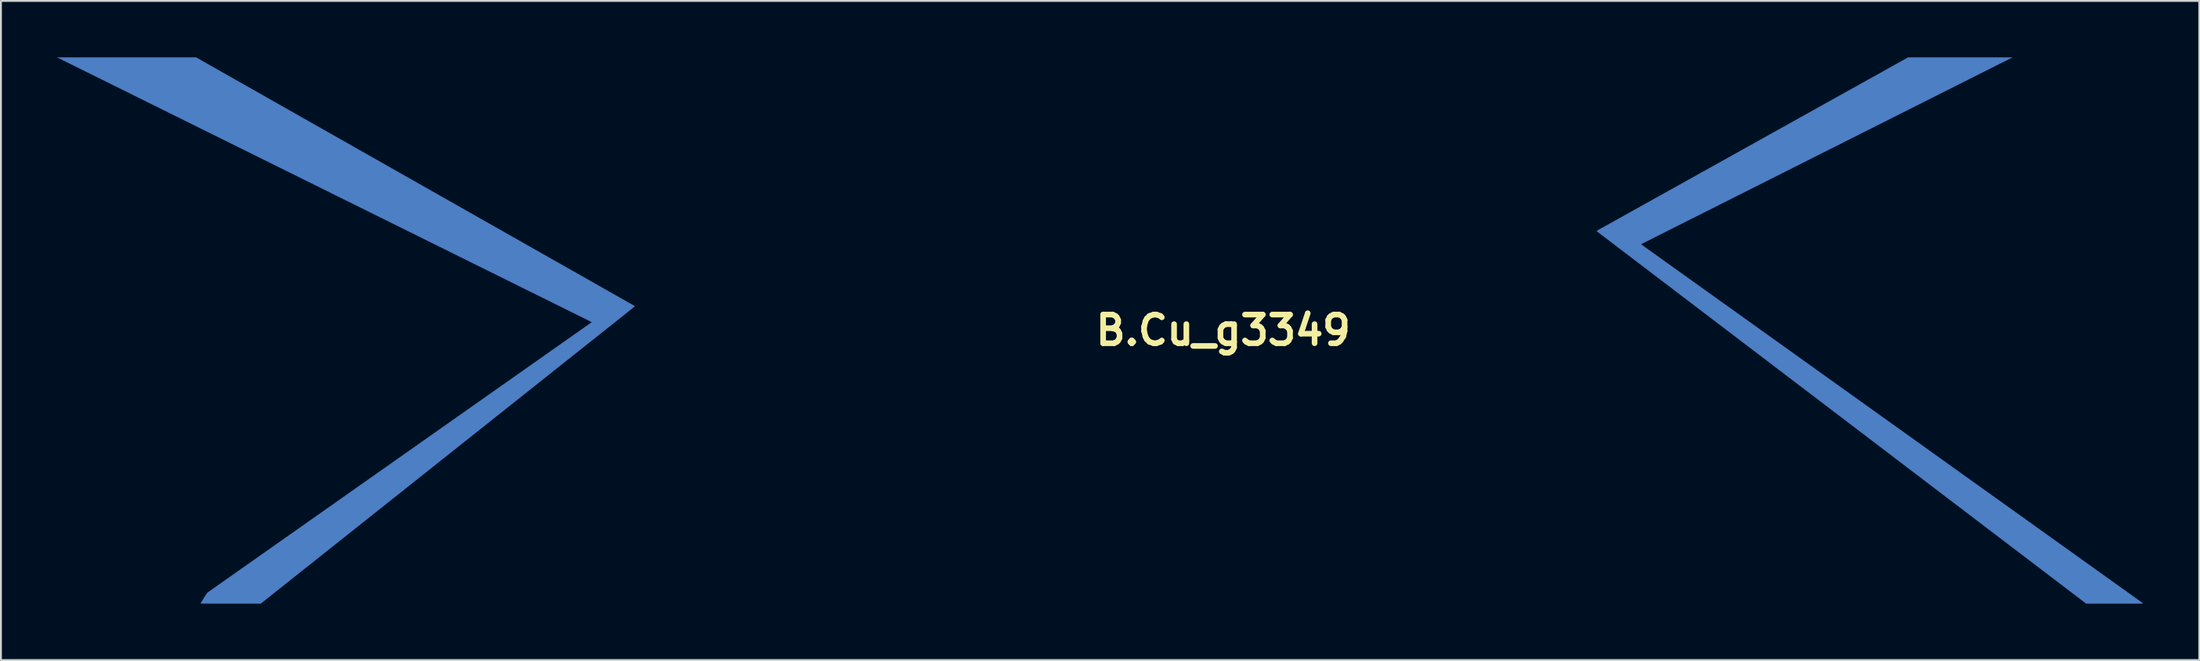
<source format=kicad_pcb>
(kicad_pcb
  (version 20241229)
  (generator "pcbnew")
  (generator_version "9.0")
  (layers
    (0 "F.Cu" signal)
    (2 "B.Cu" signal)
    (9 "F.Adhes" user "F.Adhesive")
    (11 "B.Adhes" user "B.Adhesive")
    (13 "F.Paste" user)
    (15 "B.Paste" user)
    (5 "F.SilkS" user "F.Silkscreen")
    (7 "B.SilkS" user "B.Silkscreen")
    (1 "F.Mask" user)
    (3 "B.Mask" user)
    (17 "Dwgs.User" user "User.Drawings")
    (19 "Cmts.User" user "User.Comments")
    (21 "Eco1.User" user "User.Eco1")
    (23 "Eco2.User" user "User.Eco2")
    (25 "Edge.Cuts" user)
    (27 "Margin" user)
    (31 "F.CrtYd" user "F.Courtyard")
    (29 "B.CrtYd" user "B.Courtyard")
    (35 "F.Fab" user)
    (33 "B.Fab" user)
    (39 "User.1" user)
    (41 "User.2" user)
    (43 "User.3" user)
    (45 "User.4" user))
  (footprint "B.Cu_g3349"
    (layer "F.Cu")
    (at 62.025 14.521)
    (property "Reference" "B.Cu_g3349" (at 0 0 0) (layer "F.SilkS") (effects (font (size 1.524 1.524) (thickness 0.3))))
    (attr through_hole)
    (fp_poly (pts (xy -54.401 -14.378) (xy -54.31 -14.326) (xy -54.206 -14.267) (xy -54.098 -14.206) (xy -53.997 -14.148) (xy -53.924 -14.107) (xy -53.746 -14.006) (xy -53.559 -13.9) (xy -53.37 -13.793) (xy -53.184 -13.688) (xy -53.007 -13.587) (xy -52.845 -13.496) (xy -52.819 -13.481) (xy -52.725 -13.427) (xy -52.621 -13.368) (xy -52.515 -13.308) (xy -52.414 -13.251) (xy -52.326 -13.201) (xy -52.311 -13.193) (xy -52.133 -13.092) (xy -51.947 -12.986) (xy -51.757 -12.879) (xy -51.571 -12.773) (xy -51.394 -12.673) (xy -51.232 -12.581) (xy -51.206 -12.566) (xy -51.112 -12.513) (xy -51.008 -12.454) (xy -50.902 -12.394) (xy -50.801 -12.337) (xy -50.713 -12.287) (xy -50.698 -12.278) (xy -50.52 -12.178) (xy -50.334 -12.072) (xy -50.144 -11.964) (xy -49.958 -11.859) (xy -49.781 -11.758) (xy -49.619 -11.667) (xy -49.593 -11.652) (xy -49.499 -11.599) (xy -49.395 -11.54) (xy -49.289 -11.479) (xy -49.188 -11.422) (xy -49.101 -11.373) (xy -49.086 -11.364) (xy -48.907 -11.263) (xy -48.721 -11.157) (xy -48.531 -11.05) (xy -48.345 -10.944) (xy -48.168 -10.844) (xy -48.006 -10.752) (xy -47.981 -10.738) (xy -47.886 -10.684) (xy -47.782 -10.625) (xy -47.676 -10.565) (xy -47.575 -10.508) (xy -47.488 -10.458) (xy -47.473 -10.45) (xy -47.295 -10.349) (xy -47.108 -10.243) (xy -46.918 -10.136) (xy -46.732 -10.03) (xy -46.555 -9.93) (xy -46.393 -9.838) (xy -46.368 -9.823) (xy -46.274 -9.77) (xy -46.17 -9.711) (xy -46.063 -9.651) (xy -45.963 -9.593) (xy -45.875 -9.544) (xy -45.86 -9.535) (xy -45.682 -9.434) (xy -45.495 -9.329) (xy -45.305 -9.221) (xy -45.119 -9.116) (xy -44.942 -9.015) (xy -44.781 -8.923) (xy -44.755 -8.909) (xy -44.661 -8.855) (xy -44.557 -8.796) (xy -44.45 -8.736) (xy -44.35 -8.679) (xy -44.262 -8.629) (xy -44.247 -8.621) (xy -44.069 -8.52) (xy -43.882 -8.414) (xy -43.693 -8.307) (xy -43.506 -8.201) (xy -43.329 -8.101) (xy -43.168 -8.009) (xy -43.142 -7.994) (xy -43.048 -7.941) (xy -42.944 -7.882) (xy -42.838 -7.822) (xy -42.737 -7.765) (xy -42.649 -7.715) (xy -42.634 -7.706) (xy -42.456 -7.606) (xy -42.269 -7.5) (xy -42.08 -7.392) (xy -41.894 -7.287) (xy -41.717 -7.186) (xy -41.555 -7.095) (xy -41.529 -7.08) (xy -41.435 -7.027) (xy -41.331 -6.968) (xy -41.225 -6.907) (xy -41.124 -6.85) (xy -41.036 -6.801) (xy -41.021 -6.792) (xy -40.843 -6.691) (xy -40.656 -6.585) (xy -40.467 -6.478) (xy -40.281 -6.372) (xy -40.104 -6.272) (xy -39.942 -6.18) (xy -39.916 -6.166) (xy -39.822 -6.112) (xy -39.718 -6.053) (xy -39.612 -5.993) (xy -39.511 -5.936) (xy -39.423 -5.886) (xy -39.408 -5.878) (xy -39.23 -5.777) (xy -39.043 -5.671) (xy -38.854 -5.564) (xy -38.668 -5.458) (xy -38.491 -5.358) (xy -38.329 -5.266) (xy -38.303 -5.251) (xy -38.209 -5.198) (xy -38.105 -5.139) (xy -37.999 -5.079) (xy -37.898 -5.021) (xy -37.81 -4.972) (xy -37.795 -4.963) (xy -37.617 -4.862) (xy -37.43 -4.757) (xy -37.241 -4.649) (xy -37.055 -4.544) (xy -36.878 -4.443) (xy -36.716 -4.351) (xy -36.69 -4.337) (xy -36.596 -4.283) (xy -36.492 -4.224) (xy -36.386 -4.164) (xy -36.285 -4.107) (xy -36.197 -4.057) (xy -36.182 -4.049) (xy -36.004 -3.948) (xy -35.818 -3.842) (xy -35.628 -3.735) (xy -35.442 -3.629) (xy -35.265 -3.529) (xy -35.103 -3.437) (xy -35.077 -3.422) (xy -34.983 -3.369) (xy -34.879 -3.31) (xy -34.773 -3.25) (xy -34.672 -3.193) (xy -34.584 -3.143) (xy -34.569 -3.134) (xy -34.391 -3.034) (xy -34.205 -2.928) (xy -34.015 -2.82) (xy -33.829 -2.715) (xy -33.652 -2.614) (xy -33.49 -2.523) (xy -33.465 -2.508) (xy -33.37 -2.455) (xy -33.266 -2.396) (xy -33.16 -2.335) (xy -33.059 -2.278) (xy -32.972 -2.229) (xy -32.956 -2.22) (xy -32.768 -2.114) (xy -32.564 -1.998) (xy -32.35 -1.876) (xy -32.131 -1.752) (xy -31.913 -1.628) (xy -31.814 -1.572) (xy -31.726 -1.522) (xy -31.642 -1.475) (xy -31.563 -1.43) (xy -31.496 -1.392) (xy -31.442 -1.362) (xy -31.407 -1.342) (xy -31.404 -1.341) (xy -31.362 -1.317) (xy -31.33 -1.296) (xy -31.313 -1.284) (xy -31.312 -1.282) (xy -31.313 -1.278) (xy -31.322 -1.268) (xy -31.338 -1.252) (xy -31.364 -1.229) (xy -31.4 -1.199) (xy -31.448 -1.16) (xy -31.509 -1.11) (xy -31.583 -1.051) (xy -31.672 -0.979) (xy -31.777 -0.895) (xy -31.899 -0.798) (xy -32.04 -0.686) (xy -32.106 -0.634) (xy -32.162 -0.589) (xy -32.235 -0.531) (xy -32.318 -0.465) (xy -32.41 -0.392) (xy -32.504 -0.317) (xy -32.596 -0.244) (xy -32.633 -0.215) (xy -32.727 -0.14) (xy -32.828 -0.06) (xy -32.93 0.021) (xy -33.028 0.099) (xy -33.117 0.17) (xy -33.192 0.23) (xy -33.211 0.244) (xy -33.272 0.293) (xy -33.351 0.355) (xy -33.442 0.428) (xy -33.542 0.507) (xy -33.647 0.591) (xy -33.754 0.676) (xy -33.86 0.76) (xy -33.898 0.79) (xy -34.011 0.88) (xy -34.138 0.981) (xy -34.275 1.09) (xy -34.416 1.202) (xy -34.556 1.313) (xy -34.689 1.419) (xy -34.81 1.515) (xy -34.83 1.53) (xy -34.948 1.624) (xy -35.079 1.728) (xy -35.217 1.838) (xy -35.357 1.949) (xy -35.494 2.058) (xy -35.623 2.16) (xy -35.738 2.252) (xy -35.757 2.267) (xy -35.977 2.442) (xy -36.179 2.602) (xy -36.363 2.748) (xy -36.529 2.881) (xy -36.68 3.001) (xy -36.816 3.109) (xy -36.938 3.206) (xy -37.047 3.292) (xy -37.122 3.352) (xy -37.206 3.418) (xy -37.303 3.495) (xy -37.406 3.578) (xy -37.509 3.659) (xy -37.605 3.735) (xy -37.643 3.766) (xy -37.728 3.833) (xy -37.819 3.905) (xy -37.91 3.978) (xy -37.995 4.045) (xy -38.069 4.104) (xy -38.106 4.134) (xy -38.172 4.186) (xy -38.251 4.249) (xy -38.339 4.319) (xy -38.431 4.392) (xy -38.52 4.462) (xy -38.57 4.502) (xy -38.655 4.57) (xy -38.746 4.642) (xy -38.837 4.714) (xy -38.922 4.782) (xy -38.997 4.841) (xy -39.033 4.87) (xy -39.099 4.922) (xy -39.178 4.985) (xy -39.266 5.055) (xy -39.358 5.128) (xy -39.447 5.199) (xy -39.497 5.239) (xy -39.582 5.306) (xy -39.673 5.379) (xy -39.764 5.451) (xy -39.849 5.519) (xy -39.924 5.578) (xy -39.961 5.607) (xy -40.026 5.659) (xy -40.105 5.722) (xy -40.193 5.792) (xy -40.285 5.865) (xy -40.374 5.936) (xy -40.424 5.975) (xy -40.509 6.043) (xy -40.6 6.115) (xy -40.691 6.187) (xy -40.776 6.255) (xy -40.851 6.314) (xy -40.888 6.344) (xy -40.957 6.399) (xy -41.04 6.464) (xy -41.129 6.536) (xy -41.22 6.607) (xy -41.304 6.674) (xy -41.319 6.687) (xy -41.395 6.747) (xy -41.485 6.818) (xy -41.584 6.897) (xy -41.686 6.978) (xy -41.787 7.058) (xy -41.878 7.131) (xy -41.968 7.202) (xy -42.063 7.278) (xy -42.158 7.353) (xy -42.249 7.425) (xy -42.329 7.489) (xy -42.394 7.541) (xy -42.399 7.544) (xy -42.582 7.69) (xy -42.759 7.83) (xy -42.934 7.969) (xy -43.113 8.111) (xy -43.299 8.26) (xy -43.499 8.418) (xy -43.605 8.503) (xy -43.724 8.597) (xy -43.854 8.7) (xy -43.993 8.81) (xy -44.133 8.922) (xy -44.27 9.03) (xy -44.398 9.133) (xy -44.513 9.224) (xy -44.533 9.239) (xy -44.644 9.328) (xy -44.771 9.429) (xy -44.907 9.537) (xy -45.047 9.648) (xy -45.186 9.758) (xy -45.318 9.863) (xy -45.439 9.959) (xy -45.46 9.976) (xy -45.571 10.064) (xy -45.688 10.158) (xy -45.809 10.253) (xy -45.927 10.347) (xy -46.04 10.437) (xy -46.143 10.518) (xy -46.231 10.589) (xy -46.265 10.615) (xy -46.356 10.688) (xy -46.452 10.765) (xy -46.549 10.841) (xy -46.641 10.914) (xy -46.723 10.98) (xy -46.791 11.034) (xy -46.8 11.04) (xy -46.867 11.094) (xy -46.949 11.159) (xy -47.041 11.232) (xy -47.137 11.308) (xy -47.232 11.384) (xy -47.314 11.449) (xy -47.402 11.519) (xy -47.494 11.593) (xy -47.586 11.666) (xy -47.673 11.735) (xy -47.749 11.795) (xy -47.809 11.843) (xy -47.874 11.894) (xy -47.954 11.958) (xy -48.042 12.028) (xy -48.134 12.1) (xy -48.223 12.171) (xy -48.273 12.211) (xy -48.358 12.279) (xy -48.449 12.351) (xy -48.54 12.423) (xy -48.625 12.491) (xy -48.699 12.55) (xy -48.736 12.579) (xy -48.801 12.631) (xy -48.881 12.694) (xy -48.969 12.764) (xy -49.061 12.837) (xy -49.15 12.908) (xy -49.2 12.948) (xy -49.285 13.015) (xy -49.376 13.087) (xy -49.467 13.16) (xy -49.552 13.228) (xy -49.626 13.287) (xy -49.663 13.316) (xy -49.733 13.371) (xy -49.815 13.437) (xy -49.905 13.508) (xy -49.995 13.58) (xy -50.08 13.647) (xy -50.095 13.659) (xy -50.18 13.727) (xy -50.278 13.804) (xy -50.381 13.886) (xy -50.481 13.966) (xy -50.573 14.039) (xy -50.59 14.053) (xy -50.673 14.118) (xy -50.761 14.188) (xy -50.849 14.258) (xy -50.931 14.324) (xy -51.002 14.38) (xy -51.025 14.398) (xy -51.205 14.541) (xy -52.806 14.541) (xy -53.049 14.541) (xy -53.267 14.541) (xy -53.462 14.541) (xy -53.636 14.541) (xy -53.788 14.54) (xy -53.92 14.54) (xy -54.033 14.539) (xy -54.129 14.538) (xy -54.208 14.537) (xy -54.272 14.535) (xy -54.322 14.534) (xy -54.358 14.532) (xy -54.382 14.53) (xy -54.395 14.528) (xy -54.399 14.526) (xy -54.399 14.526) (xy -54.389 14.51) (xy -54.369 14.477) (xy -54.34 14.43) (xy -54.304 14.373) (xy -54.278 14.33) (xy -54.218 14.233) (xy -54.17 14.156) (xy -54.131 14.095) (xy -54.099 14.047) (xy -54.072 14.01) (xy -54.047 13.981) (xy -54.024 13.958) (xy -53.999 13.937) (xy -53.971 13.916) (xy -53.938 13.892) (xy -53.937 13.892) (xy -53.884 13.855) (xy -53.818 13.808) (xy -53.746 13.757) (xy -53.675 13.707) (xy -53.652 13.691) (xy -53.575 13.637) (xy -53.488 13.575) (xy -53.4 13.513) (xy -53.321 13.458) (xy -53.309 13.449) (xy -53.232 13.395) (xy -53.145 13.334) (xy -53.057 13.272) (xy -52.978 13.216) (xy -52.966 13.208) (xy -52.89 13.154) (xy -52.802 13.093) (xy -52.714 13.031) (xy -52.635 12.975) (xy -52.623 12.967) (xy -52.546 12.913) (xy -52.459 12.851) (xy -52.371 12.789) (xy -52.292 12.734) (xy -52.28 12.725) (xy -52.159 12.64) (xy -52.056 12.567) (xy -51.97 12.507) (xy -51.898 12.456) (xy -51.838 12.414) (xy -51.791 12.381) (xy -51.741 12.346) (xy -51.67 12.296) (xy -51.579 12.232) (xy -51.467 12.154) (xy -51.335 12.061) (xy -51.183 11.954) (xy -51.012 11.833) (xy -50.844 11.716) (xy -50.771 11.664) (xy -50.686 11.604) (xy -50.599 11.543) (xy -50.521 11.488) (xy -50.508 11.479) (xy -50.431 11.425) (xy -50.344 11.363) (xy -50.255 11.301) (xy -50.176 11.245) (xy -50.165 11.237) (xy -50.12 11.206) (xy -50.076 11.175) (xy -50.032 11.144) (xy -49.985 11.111) (xy -49.932 11.074) (xy -49.872 11.031) (xy -49.801 10.981) (xy -49.717 10.922) (xy -49.617 10.852) (xy -49.5 10.77) (xy -49.47 10.748) (xy -49.394 10.695) (xy -49.308 10.634) (xy -49.222 10.574) (xy -49.146 10.52) (xy -49.13 10.509) (xy -49.057 10.458) (xy -48.972 10.398) (xy -48.886 10.337) (xy -48.807 10.281) (xy -48.79 10.27) (xy -48.713 10.216) (xy -48.626 10.154) (xy -48.538 10.092) (xy -48.459 10.037) (xy -48.444 10.026) (xy -48.368 9.973) (xy -48.281 9.912) (xy -48.193 9.85) (xy -48.113 9.794) (xy -48.098 9.783) (xy -48.021 9.729) (xy -47.934 9.667) (xy -47.846 9.605) (xy -47.767 9.55) (xy -47.752 9.539) (xy -47.675 9.485) (xy -47.588 9.424) (xy -47.5 9.362) (xy -47.42 9.306) (xy -47.409 9.298) (xy -47.332 9.244) (xy -47.245 9.183) (xy -47.157 9.12) (xy -47.078 9.065) (xy -47.066 9.057) (xy -46.99 9.003) (xy -46.902 8.941) (xy -46.814 8.879) (xy -46.735 8.823) (xy -46.723 8.815) (xy -46.647 8.762) (xy -46.559 8.7) (xy -46.471 8.638) (xy -46.392 8.582) (xy -46.38 8.574) (xy -46.305 8.521) (xy -46.219 8.461) (xy -46.133 8.4) (xy -46.056 8.346) (xy -46.044 8.337) (xy -45.847 8.199) (xy -45.64 8.053) (xy -45.431 7.906) (xy -45.358 7.855) (xy -45.151 7.709) (xy -44.942 7.562) (xy -44.741 7.42) (xy -44.672 7.372) (xy -44.6 7.321) (xy -44.516 7.262) (xy -44.429 7.201) (xy -44.349 7.145) (xy -44.329 7.131) (xy -44.252 7.077) (xy -44.165 7.015) (xy -44.077 6.953) (xy -43.998 6.898) (xy -43.98 6.885) (xy -43.903 6.831) (xy -43.816 6.77) (xy -43.728 6.707) (xy -43.649 6.652) (xy -43.637 6.644) (xy -43.561 6.59) (xy -43.473 6.528) (xy -43.385 6.466) (xy -43.306 6.41) (xy -43.294 6.402) (xy -43.219 6.349) (xy -43.133 6.289) (xy -43.047 6.228) (xy -42.97 6.174) (xy -42.958 6.166) (xy -42.786 6.045) (xy -42.605 5.917) (xy -42.425 5.791) (xy -42.269 5.681) (xy -42.193 5.627) (xy -42.106 5.566) (xy -42.019 5.505) (xy -41.941 5.45) (xy -41.932 5.444) (xy -41.8 5.351) (xy -41.651 5.247) (xy -41.49 5.133) (xy -41.32 5.013) (xy -41.145 4.89) (xy -40.969 4.767) (xy -40.9 4.718) (xy -40.828 4.667) (xy -40.744 4.608) (xy -40.657 4.547) (xy -40.578 4.491) (xy -40.557 4.477) (xy -40.351 4.332) (xy -40.142 4.184) (xy -39.94 4.043) (xy -39.872 3.994) (xy -39.798 3.942) (xy -39.713 3.883) (xy -39.626 3.822) (xy -39.548 3.767) (xy -39.535 3.758) (xy -39.458 3.704) (xy -39.371 3.642) (xy -39.283 3.58) (xy -39.204 3.524) (xy -39.192 3.516) (xy -39.116 3.462) (xy -39.028 3.401) (xy -38.94 3.339) (xy -38.861 3.283) (xy -38.849 3.275) (xy -38.773 3.221) (xy -38.685 3.159) (xy -38.597 3.097) (xy -38.518 3.042) (xy -38.506 3.034) (xy -38.431 2.981) (xy -38.345 2.92) (xy -38.256 2.858) (xy -38.176 2.801) (xy -38.157 2.788) (xy -38.081 2.734) (xy -37.995 2.674) (xy -37.91 2.614) (xy -37.833 2.56) (xy -37.814 2.547) (xy -37.742 2.496) (xy -37.658 2.436) (xy -37.571 2.376) (xy -37.491 2.319) (xy -37.471 2.305) (xy -37.394 2.251) (xy -37.307 2.19) (xy -37.219 2.128) (xy -37.14 2.072) (xy -37.122 2.06) (xy -37.045 2.006) (xy -36.958 1.944) (xy -36.87 1.882) (xy -36.791 1.826) (xy -36.779 1.818) (xy -36.703 1.765) (xy -36.618 1.705) (xy -36.532 1.644) (xy -36.455 1.59) (xy -36.443 1.581) (xy -36.37 1.53) (xy -36.286 1.471) (xy -36.2 1.41) (xy -36.12 1.354) (xy -36.1 1.34) (xy -36.024 1.286) (xy -35.938 1.226) (xy -35.852 1.166) (xy -35.776 1.112) (xy -35.757 1.099) (xy -35.56 0.96) (xy -35.353 0.814) (xy -35.144 0.668) (xy -35.071 0.616) (xy -34.995 0.563) (xy -34.909 0.502) (xy -34.824 0.442) (xy -34.747 0.388) (xy -34.728 0.375) (xy -34.654 0.323) (xy -34.569 0.263) (xy -34.483 0.202) (xy -34.404 0.147) (xy -34.392 0.138) (xy -34.316 0.085) (xy -34.23 0.024) (xy -34.142 -0.038) (xy -34.061 -0.095) (xy -34.042 -0.108) (xy -33.97 -0.159) (xy -33.892 -0.214) (xy -33.815 -0.267) (xy -33.749 -0.314) (xy -33.728 -0.328) (xy -33.677 -0.364) (xy -33.635 -0.395) (xy -33.605 -0.419) (xy -33.592 -0.431) (xy -33.592 -0.432) (xy -33.602 -0.439) (xy -33.634 -0.456) (xy -33.683 -0.482) (xy -33.747 -0.515) (xy -33.824 -0.553) (xy -33.911 -0.597) (xy -34.001 -0.642) (xy -34.076 -0.679) (xy -34.172 -0.726) (xy -34.285 -0.781) (xy -34.413 -0.845) (xy -34.553 -0.914) (xy -34.703 -0.989) (xy -34.861 -1.066) (xy -35.023 -1.147) (xy -35.187 -1.228) (xy -35.35 -1.309) (xy -35.433 -1.35) (xy -35.594 -1.43) (xy -35.757 -1.511) (xy -35.918 -1.591) (xy -36.076 -1.669) (xy -36.227 -1.744) (xy -36.369 -1.814) (xy -36.5 -1.879) (xy -36.617 -1.937) (xy -36.718 -1.987) (xy -36.8 -2.027) (xy -36.836 -2.045) (xy -36.913 -2.082) (xy -37.009 -2.13) (xy -37.122 -2.186) (xy -37.249 -2.248) (xy -37.386 -2.316) (xy -37.532 -2.389) (xy -37.683 -2.464) (xy -37.836 -2.539) (xy -37.989 -2.615) (xy -38.081 -2.661) (xy -38.236 -2.738) (xy -38.397 -2.818) (xy -38.562 -2.899) (xy -38.725 -2.98) (xy -38.884 -3.059) (xy -39.036 -3.134) (xy -39.177 -3.204) (xy -39.303 -3.266) (xy -39.411 -3.32) (xy -39.453 -3.34) (xy -39.559 -3.393) (xy -39.684 -3.454) (xy -39.824 -3.524) (xy -39.975 -3.598) (xy -40.132 -3.676) (xy -40.293 -3.756) (xy -40.453 -3.835) (xy -40.608 -3.912) (xy -40.723 -3.969) (xy -40.874 -4.044) (xy -41.035 -4.124) (xy -41.203 -4.207) (xy -41.372 -4.29) (xy -41.538 -4.373) (xy -41.697 -4.451) (xy -41.845 -4.525) (xy -41.977 -4.59) (xy -42.056 -4.629) (xy -42.18 -4.69) (xy -42.322 -4.761) (xy -42.477 -4.838) (xy -42.641 -4.919) (xy -42.81 -5.002) (xy -42.977 -5.085) (xy -43.14 -5.166) (xy -43.292 -5.241) (xy -43.339 -5.264) (xy -43.488 -5.338) (xy -43.648 -5.418) (xy -43.816 -5.501) (xy -43.987 -5.585) (xy -44.155 -5.668) (xy -44.316 -5.748) (xy -44.465 -5.822) (xy -44.598 -5.887) (xy -44.634 -5.906) (xy -44.762 -5.969) (xy -44.908 -6.041) (xy -45.067 -6.12) (xy -45.234 -6.202) (xy -45.404 -6.287) (xy -45.573 -6.37) (xy -45.735 -6.451) (xy -45.886 -6.525) (xy -45.917 -6.541) (xy -46.068 -6.615) (xy -46.233 -6.697) (xy -46.407 -6.783) (xy -46.585 -6.871) (xy -46.762 -6.959) (xy -46.932 -7.043) (xy -47.091 -7.122) (xy -47.233 -7.192) (xy -47.25 -7.201) (xy -47.393 -7.271) (xy -47.552 -7.35) (xy -47.724 -7.435) (xy -47.902 -7.523) (xy -48.08 -7.612) (xy -48.254 -7.698) (xy -48.418 -7.779) (xy -48.558 -7.849) (xy -48.708 -7.923) (xy -48.872 -8.004) (xy -49.047 -8.09) (xy -49.225 -8.179) (xy -49.403 -8.267) (xy -49.574 -8.351) (xy -49.733 -8.43) (xy -49.867 -8.496) (xy -50.009 -8.567) (xy -50.169 -8.646) (xy -50.34 -8.731) (xy -50.518 -8.819) (xy -50.696 -8.907) (xy -50.87 -8.993) (xy -51.034 -9.074) (xy -51.175 -9.144) (xy -51.402 -9.257) (xy -51.65 -9.379) (xy -51.918 -9.512) (xy -52.207 -9.655) (xy -52.517 -9.808) (xy -52.847 -9.972) (xy -53.199 -10.147) (xy -53.573 -10.332) (xy -53.969 -10.527) (xy -54.387 -10.734) (xy -54.827 -10.952) (xy -55.035 -11.055) (xy -55.168 -11.121) (xy -55.318 -11.195) (xy -55.482 -11.276) (xy -55.654 -11.362) (xy -55.83 -11.449) (xy -56.005 -11.535) (xy -56.173 -11.619) (xy -56.331 -11.697) (xy -56.394 -11.728) (xy -56.542 -11.802) (xy -56.7 -11.88) (xy -56.862 -11.96) (xy -57.026 -12.041) (xy -57.186 -12.12) (xy -57.338 -12.196) (xy -57.479 -12.265) (xy -57.603 -12.327) (xy -57.664 -12.357) (xy -57.77 -12.41) (xy -57.895 -12.471) (xy -58.036 -12.541) (xy -58.188 -12.616) (xy -58.349 -12.696) (xy -58.514 -12.778) (xy -58.68 -12.86) (xy -58.843 -12.941) (xy -59 -13.018) (xy -59.036 -13.037) (xy -59.185 -13.111) (xy -59.337 -13.186) (xy -59.49 -13.262) (xy -59.64 -13.336) (xy -59.783 -13.407) (xy -59.918 -13.473) (xy -60.04 -13.534) (xy -60.147 -13.587) (xy -60.236 -13.63) (xy -60.268 -13.646) (xy -60.356 -13.69) (xy -60.463 -13.743) (xy -60.585 -13.803) (xy -60.719 -13.869) (xy -60.86 -13.939) (xy -61.005 -14.011) (xy -61.149 -14.082) (xy -61.289 -14.152) (xy -61.341 -14.178) (xy -62.02 -14.515) (xy -58.332 -14.516) (xy -54.644 -14.516) (xy -54.401 -14.378)) (stroke (width 0.01) (type solid)) (fill yes) (layer "B.Cu"))
    (fp_poly (pts (xy 39.212 -14.516) (xy 41.98 -14.515) (xy 41.65 -14.35) (xy 41.574 -14.312) (xy 41.477 -14.263) (xy 41.361 -14.205) (xy 41.227 -14.138) (xy 41.077 -14.062) (xy 40.914 -13.98) (xy 40.738 -13.892) (xy 40.551 -13.798) (xy 40.355 -13.699) (xy 40.152 -13.597) (xy 39.944 -13.493) (xy 39.731 -13.386) (xy 39.517 -13.278) (xy 39.302 -13.17) (xy 39.089 -13.063) (xy 38.878 -12.957) (xy 38.673 -12.853) (xy 38.474 -12.753) (xy 38.283 -12.657) (xy 38.102 -12.566) (xy 37.932 -12.481) (xy 37.776 -12.402) (xy 37.635 -12.331) (xy 37.535 -12.281) (xy 37.391 -12.209) (xy 37.229 -12.127) (xy 37.051 -12.037) (xy 36.86 -11.941) (xy 36.661 -11.841) (xy 36.457 -11.738) (xy 36.251 -11.635) (xy 36.047 -11.532) (xy 35.848 -11.432) (xy 35.659 -11.337) (xy 35.554 -11.284) (xy 35.364 -11.189) (xy 35.16 -11.086) (xy 34.944 -10.977) (xy 34.72 -10.865) (xy 34.494 -10.751) (xy 34.268 -10.637) (xy 34.047 -10.526) (xy 33.835 -10.42) (xy 33.636 -10.32) (xy 33.455 -10.228) (xy 33.395 -10.198) (xy 33.213 -10.107) (xy 33.014 -10.007) (xy 32.801 -9.899) (xy 32.578 -9.787) (xy 32.351 -9.673) (xy 32.123 -9.558) (xy 31.899 -9.446) (xy 31.684 -9.338) (xy 31.481 -9.236) (xy 31.305 -9.147) (xy 30.971 -8.979) (xy 30.658 -8.821) (xy 30.365 -8.674) (xy 30.091 -8.536) (xy 29.836 -8.408) (xy 29.597 -8.288) (xy 29.374 -8.176) (xy 29.166 -8.071) (xy 28.972 -7.973) (xy 28.79 -7.882) (xy 28.619 -7.796) (xy 28.458 -7.715) (xy 28.306 -7.638) (xy 28.162 -7.566) (xy 28.024 -7.497) (xy 27.892 -7.43) (xy 27.764 -7.366) (xy 27.64 -7.303) (xy 27.517 -7.241) (xy 27.395 -7.18) (xy 27.273 -7.119) (xy 27.15 -7.057) (xy 27.134 -7.049) (xy 26.977 -6.97) (xy 26.801 -6.881) (xy 26.609 -6.785) (xy 26.405 -6.682) (xy 26.192 -6.575) (xy 25.974 -6.465) (xy 25.753 -6.354) (xy 25.534 -6.244) (xy 25.321 -6.137) (xy 25.115 -6.033) (xy 24.921 -5.936) (xy 24.911 -5.931) (xy 24.673 -5.811) (xy 24.44 -5.694) (xy 24.213 -5.58) (xy 23.993 -5.469) (xy 23.781 -5.362) (xy 23.578 -5.26) (xy 23.385 -5.163) (xy 23.203 -5.072) (xy 23.034 -4.986) (xy 22.877 -4.907) (xy 22.735 -4.835) (xy 22.608 -4.771) (xy 22.498 -4.716) (xy 22.405 -4.669) (xy 22.33 -4.631) (xy 22.275 -4.603) (xy 22.24 -4.585) (xy 22.228 -4.578) (xy 22.228 -4.578) (xy 22.237 -4.571) (xy 22.265 -4.549) (xy 22.31 -4.516) (xy 22.371 -4.472) (xy 22.445 -4.418) (xy 22.53 -4.357) (xy 22.626 -4.288) (xy 22.729 -4.214) (xy 22.818 -4.15) (xy 22.901 -4.091) (xy 23.002 -4.018) (xy 23.121 -3.934) (xy 23.255 -3.838) (xy 23.402 -3.732) (xy 23.561 -3.619) (xy 23.73 -3.498) (xy 23.906 -3.372) (xy 24.089 -3.241) (xy 24.276 -3.107) (xy 24.465 -2.972) (xy 24.656 -2.836) (xy 24.845 -2.7) (xy 24.936 -2.635) (xy 25.121 -2.503) (xy 25.305 -2.371) (xy 25.488 -2.24) (xy 25.667 -2.112) (xy 25.841 -1.988) (xy 26.009 -1.868) (xy 26.168 -1.754) (xy 26.318 -1.647) (xy 26.455 -1.548) (xy 26.58 -1.459) (xy 26.69 -1.381) (xy 26.784 -1.314) (xy 26.86 -1.26) (xy 26.899 -1.232) (xy 26.962 -1.187) (xy 27.044 -1.128) (xy 27.143 -1.057) (xy 27.258 -0.975) (xy 27.388 -0.882) (xy 27.53 -0.781) (xy 27.683 -0.671) (xy 27.845 -0.555) (xy 28.015 -0.434) (xy 28.191 -0.308) (xy 28.372 -0.179) (xy 28.555 -0.047) (xy 28.74 0.085) (xy 28.861 0.171) (xy 29.194 0.41) (xy 29.507 0.634) (xy 29.801 0.844) (xy 30.076 1.041) (xy 30.334 1.225) (xy 30.574 1.397) (xy 30.799 1.558) (xy 31.007 1.707) (xy 31.201 1.846) (xy 31.381 1.974) (xy 31.547 2.093) (xy 31.7 2.203) (xy 31.841 2.304) (xy 31.972 2.397) (xy 32.091 2.482) (xy 32.201 2.561) (xy 32.301 2.633) (xy 32.393 2.698) (xy 32.478 2.759) (xy 32.555 2.814) (xy 32.627 2.865) (xy 32.692 2.912) (xy 32.741 2.946) (xy 32.804 2.991) (xy 32.886 3.05) (xy 32.985 3.121) (xy 33.1 3.204) (xy 33.23 3.296) (xy 33.372 3.398) (xy 33.525 3.507) (xy 33.687 3.623) (xy 33.857 3.745) (xy 34.033 3.871) (xy 34.214 4) (xy 34.397 4.131) (xy 34.582 4.263) (xy 34.703 4.35) (xy 34.886 4.481) (xy 35.069 4.612) (xy 35.25 4.741) (xy 35.426 4.868) (xy 35.598 4.99) (xy 35.762 5.108) (xy 35.917 5.219) (xy 36.063 5.323) (xy 36.196 5.418) (xy 36.317 5.504) (xy 36.422 5.58) (xy 36.511 5.643) (xy 36.582 5.694) (xy 36.62 5.722) (xy 36.678 5.763) (xy 36.754 5.817) (xy 36.849 5.885) (xy 36.959 5.963) (xy 37.083 6.052) (xy 37.22 6.15) (xy 37.369 6.257) (xy 37.527 6.37) (xy 37.693 6.489) (xy 37.866 6.613) (xy 38.044 6.74) (xy 38.226 6.87) (xy 38.409 7.001) (xy 38.538 7.093) (xy 38.723 7.225) (xy 38.907 7.357) (xy 39.09 7.488) (xy 39.269 7.616) (xy 39.443 7.741) (xy 39.611 7.86) (xy 39.77 7.974) (xy 39.919 8.081) (xy 40.057 8.18) (xy 40.182 8.269) (xy 40.292 8.348) (xy 40.386 8.414) (xy 40.461 8.469) (xy 40.5 8.496) (xy 40.563 8.541) (xy 40.645 8.6) (xy 40.745 8.671) (xy 40.86 8.753) (xy 40.989 8.846) (xy 41.131 8.948) (xy 41.284 9.057) (xy 41.447 9.173) (xy 41.617 9.295) (xy 41.793 9.421) (xy 41.973 9.55) (xy 42.157 9.681) (xy 42.341 9.813) (xy 42.462 9.9) (xy 42.646 10.031) (xy 42.829 10.162) (xy 43.009 10.291) (xy 43.186 10.418) (xy 43.357 10.54) (xy 43.521 10.657) (xy 43.677 10.769) (xy 43.822 10.873) (xy 43.956 10.968) (xy 44.076 11.054) (xy 44.182 11.13) (xy 44.271 11.193) (xy 44.342 11.244) (xy 44.38 11.271) (xy 44.438 11.312) (xy 44.514 11.367) (xy 44.608 11.434) (xy 44.718 11.513) (xy 44.843 11.602) (xy 44.98 11.7) (xy 45.129 11.806) (xy 45.287 11.92) (xy 45.453 12.039) (xy 45.626 12.162) (xy 45.804 12.29) (xy 45.985 12.419) (xy 46.169 12.551) (xy 46.298 12.643) (xy 46.485 12.776) (xy 46.672 12.911) (xy 46.859 13.045) (xy 47.044 13.177) (xy 47.225 13.306) (xy 47.4 13.431) (xy 47.567 13.551) (xy 47.726 13.664) (xy 47.873 13.769) (xy 48.007 13.865) (xy 48.127 13.951) (xy 48.23 14.025) (xy 48.316 14.086) (xy 48.355 14.114) (xy 48.459 14.188) (xy 48.558 14.259) (xy 48.649 14.324) (xy 48.73 14.382) (xy 48.799 14.432) (xy 48.855 14.472) (xy 48.895 14.5) (xy 48.916 14.516) (xy 48.919 14.518) (xy 48.923 14.522) (xy 48.924 14.525) (xy 48.922 14.527) (xy 48.915 14.53) (xy 48.901 14.532) (xy 48.879 14.534) (xy 48.848 14.536) (xy 48.807 14.537) (xy 48.755 14.538) (xy 48.689 14.539) (xy 48.609 14.54) (xy 48.513 14.54) (xy 48.4 14.541) (xy 48.27 14.541) (xy 48.119 14.541) (xy 47.948 14.541) (xy 47.754 14.541) (xy 47.537 14.541) (xy 47.431 14.541) (xy 45.912 14.541) (xy 45.877 14.512) (xy 45.855 14.495) (xy 45.817 14.466) (xy 45.767 14.427) (xy 45.709 14.382) (xy 45.65 14.338) (xy 45.578 14.283) (xy 45.502 14.225) (xy 45.428 14.169) (xy 45.363 14.12) (xy 45.329 14.094) (xy 45.179 13.98) (xy 45.044 13.877) (xy 44.918 13.782) (xy 44.797 13.689) (xy 44.777 13.674) (xy 44.703 13.618) (xy 44.619 13.554) (xy 44.535 13.49) (xy 44.46 13.433) (xy 44.453 13.428) (xy 44.384 13.375) (xy 44.309 13.318) (xy 44.235 13.262) (xy 44.172 13.214) (xy 44.161 13.205) (xy 44.094 13.155) (xy 44.018 13.097) (xy 43.944 13.041) (xy 43.901 13.007) (xy 43.84 12.961) (xy 43.768 12.907) (xy 43.693 12.849) (xy 43.622 12.795) (xy 43.612 12.788) (xy 43.463 12.674) (xy 43.325 12.569) (xy 43.2 12.475) (xy 43.092 12.392) (xy 43.001 12.322) (xy 42.996 12.319) (xy 42.938 12.275) (xy 42.868 12.221) (xy 42.793 12.165) (xy 42.722 12.11) (xy 42.704 12.097) (xy 42.635 12.044) (xy 42.56 11.987) (xy 42.488 11.932) (xy 42.426 11.885) (xy 42.412 11.874) (xy 42.354 11.83) (xy 42.284 11.777) (xy 42.209 11.72) (xy 42.138 11.666) (xy 42.12 11.652) (xy 42.05 11.6) (xy 41.976 11.543) (xy 41.904 11.488) (xy 41.842 11.441) (xy 41.827 11.43) (xy 41.77 11.386) (xy 41.699 11.332) (xy 41.625 11.276) (xy 41.553 11.221) (xy 41.535 11.208) (xy 41.466 11.155) (xy 41.392 11.098) (xy 41.319 11.043) (xy 41.257 10.996) (xy 41.243 10.985) (xy 41.185 10.941) (xy 41.115 10.888) (xy 41.041 10.831) (xy 40.969 10.777) (xy 40.951 10.763) (xy 40.882 10.711) (xy 40.808 10.654) (xy 40.735 10.599) (xy 40.673 10.552) (xy 40.659 10.541) (xy 40.601 10.497) (xy 40.531 10.443) (xy 40.456 10.387) (xy 40.385 10.332) (xy 40.367 10.319) (xy 40.297 10.266) (xy 40.222 10.208) (xy 40.149 10.153) (xy 40.086 10.105) (xy 40.072 10.094) (xy 40.005 10.043) (xy 39.929 9.985) (xy 39.855 9.929) (xy 39.811 9.896) (xy 39.752 9.85) (xy 39.68 9.796) (xy 39.604 9.738) (xy 39.533 9.684) (xy 39.519 9.674) (xy 39.446 9.618) (xy 39.362 9.554) (xy 39.277 9.489) (xy 39.202 9.432) (xy 39.195 9.427) (xy 39.126 9.375) (xy 39.051 9.317) (xy 38.978 9.262) (xy 38.915 9.214) (xy 38.903 9.205) (xy 38.837 9.154) (xy 38.761 9.096) (xy 38.687 9.04) (xy 38.643 9.007) (xy 38.583 8.961) (xy 38.511 8.906) (xy 38.435 8.849) (xy 38.365 8.795) (xy 38.354 8.787) (xy 38.205 8.674) (xy 38.067 8.569) (xy 37.943 8.474) (xy 37.834 8.391) (xy 37.743 8.322) (xy 37.738 8.318) (xy 37.68 8.274) (xy 37.61 8.221) (xy 37.535 8.164) (xy 37.464 8.11) (xy 37.446 8.096) (xy 37.377 8.044) (xy 37.302 7.987) (xy 37.23 7.932) (xy 37.168 7.885) (xy 37.154 7.874) (xy 37.096 7.83) (xy 37.026 7.776) (xy 36.951 7.72) (xy 36.88 7.665) (xy 36.862 7.652) (xy 36.793 7.599) (xy 36.718 7.542) (xy 36.646 7.487) (xy 36.584 7.44) (xy 36.57 7.429) (xy 36.512 7.385) (xy 36.442 7.332) (xy 36.367 7.275) (xy 36.296 7.221) (xy 36.278 7.207) (xy 36.208 7.155) (xy 36.134 7.098) (xy 36.062 7.043) (xy 36 6.996) (xy 35.985 6.985) (xy 35.928 6.941) (xy 35.857 6.887) (xy 35.783 6.831) (xy 35.711 6.776) (xy 35.693 6.763) (xy 35.624 6.71) (xy 35.55 6.653) (xy 35.477 6.598) (xy 35.415 6.551) (xy 35.401 6.54) (xy 35.343 6.496) (xy 35.273 6.443) (xy 35.199 6.386) (xy 35.127 6.332) (xy 35.109 6.318) (xy 35.04 6.266) (xy 34.966 6.209) (xy 34.893 6.154) (xy 34.831 6.107) (xy 34.817 6.096) (xy 34.759 6.052) (xy 34.689 5.998) (xy 34.614 5.942) (xy 34.543 5.887) (xy 34.525 5.874) (xy 34.456 5.821) (xy 34.381 5.764) (xy 34.309 5.709) (xy 34.247 5.662) (xy 34.233 5.651) (xy 34.175 5.607) (xy 34.105 5.554) (xy 34.03 5.497) (xy 33.959 5.443) (xy 33.941 5.429) (xy 33.872 5.377) (xy 33.797 5.32) (xy 33.725 5.265) (xy 33.663 5.218) (xy 33.649 5.207) (xy 33.591 5.163) (xy 33.521 5.109) (xy 33.446 5.053) (xy 33.375 4.998) (xy 33.357 4.985) (xy 33.287 4.932) (xy 33.213 4.875) (xy 33.141 4.82) (xy 33.079 4.773) (xy 33.064 4.762) (xy 33.007 4.718) (xy 32.936 4.665) (xy 32.862 4.608) (xy 32.79 4.554) (xy 32.772 4.54) (xy 32.703 4.488) (xy 32.629 4.431) (xy 32.556 4.376) (xy 32.494 4.329) (xy 32.48 4.318) (xy 32.422 4.274) (xy 32.352 4.22) (xy 32.278 4.164) (xy 32.206 4.109) (xy 32.188 4.096) (xy 32.119 4.043) (xy 32.045 3.986) (xy 31.972 3.931) (xy 31.91 3.884) (xy 31.896 3.873) (xy 31.838 3.829) (xy 31.768 3.776) (xy 31.693 3.719) (xy 31.622 3.665) (xy 31.604 3.651) (xy 31.535 3.599) (xy 31.46 3.542) (xy 31.388 3.487) (xy 31.326 3.44) (xy 31.312 3.429) (xy 31.254 3.385) (xy 31.184 3.332) (xy 31.109 3.275) (xy 31.038 3.22) (xy 31.02 3.207) (xy 30.95 3.154) (xy 30.874 3.096) (xy 30.799 3.039) (xy 30.735 2.99) (xy 30.721 2.98) (xy 30.66 2.932) (xy 30.586 2.877) (xy 30.51 2.818) (xy 30.439 2.765) (xy 30.429 2.757) (xy 30.36 2.705) (xy 30.284 2.647) (xy 30.209 2.59) (xy 30.145 2.541) (xy 30.137 2.535) (xy 30.075 2.488) (xy 30.002 2.432) (xy 29.925 2.374) (xy 29.855 2.32) (xy 29.845 2.313) (xy 29.772 2.257) (xy 29.689 2.194) (xy 29.605 2.131) (xy 29.532 2.075) (xy 29.527 2.072) (xy 29.459 2.019) (xy 29.383 1.962) (xy 29.31 1.906) (xy 29.247 1.858) (xy 29.239 1.852) (xy 29.172 1.801) (xy 29.096 1.743) (xy 29.022 1.687) (xy 28.978 1.654) (xy 28.919 1.608) (xy 28.847 1.554) (xy 28.771 1.496) (xy 28.7 1.442) (xy 28.686 1.431) (xy 28.613 1.375) (xy 28.529 1.311) (xy 28.444 1.247) (xy 28.369 1.19) (xy 28.362 1.185) (xy 28.294 1.133) (xy 28.219 1.076) (xy 28.147 1.021) (xy 28.085 0.974) (xy 28.073 0.965) (xy 28.016 0.921) (xy 27.945 0.868) (xy 27.871 0.811) (xy 27.799 0.757) (xy 27.781 0.743) (xy 27.712 0.69) (xy 27.638 0.634) (xy 27.565 0.579) (xy 27.503 0.531) (xy 27.489 0.521) (xy 27.431 0.477) (xy 27.361 0.423) (xy 27.286 0.366) (xy 27.215 0.312) (xy 27.197 0.298) (xy 27.128 0.246) (xy 27.053 0.189) (xy 26.981 0.134) (xy 26.919 0.087) (xy 26.905 0.076) (xy 26.847 0.032) (xy 26.777 -0.021) (xy 26.702 -0.078) (xy 26.631 -0.132) (xy 26.613 -0.146) (xy 26.544 -0.199) (xy 26.469 -0.255) (xy 26.397 -0.31) (xy 26.335 -0.358) (xy 26.321 -0.368) (xy 26.263 -0.412) (xy 26.193 -0.466) (xy 26.118 -0.523) (xy 26.047 -0.577) (xy 26.029 -0.591) (xy 25.96 -0.643) (xy 25.885 -0.7) (xy 25.813 -0.755) (xy 25.751 -0.802) (xy 25.737 -0.813) (xy 25.679 -0.857) (xy 25.609 -0.91) (xy 25.534 -0.967) (xy 25.462 -1.021) (xy 25.444 -1.035) (xy 25.375 -1.088) (xy 25.301 -1.144) (xy 25.229 -1.199) (xy 25.167 -1.247) (xy 25.152 -1.257) (xy 25.095 -1.301) (xy 25.024 -1.355) (xy 24.95 -1.412) (xy 24.878 -1.466) (xy 24.86 -1.48) (xy 24.791 -1.532) (xy 24.717 -1.589) (xy 24.644 -1.644) (xy 24.582 -1.691) (xy 24.568 -1.702) (xy 24.51 -1.746) (xy 24.44 -1.799) (xy 24.365 -1.856) (xy 24.294 -1.91) (xy 24.276 -1.924) (xy 24.207 -1.977) (xy 24.132 -2.033) (xy 24.06 -2.088) (xy 23.998 -2.136) (xy 23.984 -2.146) (xy 23.926 -2.19) (xy 23.856 -2.244) (xy 23.781 -2.301) (xy 23.71 -2.355) (xy 23.692 -2.369) (xy 23.623 -2.421) (xy 23.548 -2.478) (xy 23.476 -2.533) (xy 23.414 -2.58) (xy 23.4 -2.591) (xy 23.342 -2.635) (xy 23.272 -2.688) (xy 23.197 -2.745) (xy 23.126 -2.799) (xy 23.108 -2.813) (xy 23.039 -2.866) (xy 22.964 -2.922) (xy 22.892 -2.977) (xy 22.83 -3.025) (xy 22.816 -3.035) (xy 22.758 -3.079) (xy 22.688 -3.133) (xy 22.613 -3.19) (xy 22.541 -3.244) (xy 22.523 -3.258) (xy 22.454 -3.31) (xy 22.38 -3.367) (xy 22.308 -3.422) (xy 22.246 -3.469) (xy 22.231 -3.48) (xy 22.174 -3.524) (xy 22.103 -3.577) (xy 22.029 -3.634) (xy 21.957 -3.688) (xy 21.939 -3.702) (xy 21.87 -3.755) (xy 21.796 -3.811) (xy 21.723 -3.866) (xy 21.661 -3.914) (xy 21.647 -3.924) (xy 21.589 -3.968) (xy 21.519 -4.022) (xy 21.444 -4.079) (xy 21.373 -4.133) (xy 21.355 -4.147) (xy 21.286 -4.2) (xy 21.21 -4.257) (xy 21.137 -4.313) (xy 21.074 -4.361) (xy 21.06 -4.371) (xy 20.993 -4.422) (xy 20.917 -4.48) (xy 20.843 -4.536) (xy 20.799 -4.569) (xy 20.74 -4.614) (xy 20.669 -4.669) (xy 20.593 -4.726) (xy 20.522 -4.781) (xy 20.504 -4.794) (xy 20.435 -4.847) (xy 20.361 -4.903) (xy 20.288 -4.958) (xy 20.226 -5.006) (xy 20.212 -5.016) (xy 20.15 -5.064) (xy 20.082 -5.115) (xy 20.019 -5.164) (xy 19.98 -5.193) (xy 19.937 -5.227) (xy 19.902 -5.255) (xy 19.881 -5.275) (xy 19.876 -5.281) (xy 19.887 -5.29) (xy 19.916 -5.308) (xy 19.96 -5.334) (xy 20.016 -5.366) (xy 20.063 -5.393) (xy 20.111 -5.419) (xy 20.178 -5.456) (xy 20.261 -5.502) (xy 20.358 -5.556) (xy 20.465 -5.616) (xy 20.58 -5.68) (xy 20.7 -5.746) (xy 20.821 -5.814) (xy 20.86 -5.836) (xy 20.988 -5.907) (xy 21.121 -5.981) (xy 21.254 -6.055) (xy 21.385 -6.128) (xy 21.508 -6.197) (xy 21.622 -6.26) (xy 21.72 -6.315) (xy 21.801 -6.36) (xy 21.806 -6.363) (xy 21.885 -6.407) (xy 21.983 -6.461) (xy 22.095 -6.524) (xy 22.218 -6.592) (xy 22.348 -6.665) (xy 22.482 -6.739) (xy 22.615 -6.813) (xy 22.744 -6.885) (xy 22.752 -6.89) (xy 22.88 -6.961) (xy 23.013 -7.035) (xy 23.147 -7.11) (xy 23.277 -7.182) (xy 23.401 -7.251) (xy 23.514 -7.314) (xy 23.613 -7.369) (xy 23.693 -7.414) (xy 23.698 -7.417) (xy 23.777 -7.461) (xy 23.875 -7.515) (xy 23.987 -7.578) (xy 24.111 -7.646) (xy 24.241 -7.719) (xy 24.374 -7.793) (xy 24.507 -7.867) (xy 24.636 -7.939) (xy 24.644 -7.944) (xy 24.773 -8.015) (xy 24.905 -8.089) (xy 25.039 -8.164) (xy 25.169 -8.236) (xy 25.293 -8.305) (xy 25.406 -8.368) (xy 25.505 -8.423) (xy 25.586 -8.468) (xy 25.59 -8.471) (xy 25.67 -8.515) (xy 25.767 -8.569) (xy 25.88 -8.632) (xy 26.003 -8.7) (xy 26.133 -8.773) (xy 26.267 -8.847) (xy 26.399 -8.921) (xy 26.528 -8.993) (xy 26.537 -8.998) (xy 26.665 -9.069) (xy 26.798 -9.143) (xy 26.931 -9.218) (xy 27.062 -9.29) (xy 27.185 -9.359) (xy 27.299 -9.422) (xy 27.397 -9.477) (xy 27.478 -9.522) (xy 27.483 -9.525) (xy 27.562 -9.569) (xy 27.66 -9.623) (xy 27.772 -9.686) (xy 27.895 -9.754) (xy 28.025 -9.827) (xy 28.159 -9.901) (xy 28.292 -9.975) (xy 28.42 -10.047) (xy 28.429 -10.052) (xy 28.557 -10.123) (xy 28.69 -10.197) (xy 28.823 -10.272) (xy 28.954 -10.345) (xy 29.078 -10.414) (xy 29.191 -10.477) (xy 29.29 -10.532) (xy 29.37 -10.576) (xy 29.375 -10.579) (xy 29.454 -10.623) (xy 29.552 -10.677) (xy 29.664 -10.74) (xy 29.788 -10.809) (xy 29.918 -10.881) (xy 30.051 -10.955) (xy 30.184 -11.03) (xy 30.313 -11.101) (xy 30.321 -11.106) (xy 30.449 -11.178) (xy 30.582 -11.252) (xy 30.716 -11.326) (xy 30.846 -11.399) (xy 30.97 -11.468) (xy 31.083 -11.531) (xy 31.182 -11.586) (xy 31.263 -11.63) (xy 31.267 -11.633) (xy 31.347 -11.677) (xy 31.444 -11.732) (xy 31.557 -11.794) (xy 31.68 -11.863) (xy 31.81 -11.935) (xy 31.943 -12.01) (xy 32.076 -12.084) (xy 32.205 -12.155) (xy 32.214 -12.16) (xy 32.342 -12.232) (xy 32.475 -12.306) (xy 32.608 -12.38) (xy 32.739 -12.453) (xy 32.862 -12.522) (xy 32.975 -12.585) (xy 33.074 -12.64) (xy 33.155 -12.685) (xy 33.16 -12.687) (xy 33.268 -12.747) (xy 33.386 -12.813) (xy 33.514 -12.885) (xy 33.656 -12.963) (xy 33.81 -13.049) (xy 33.98 -13.144) (xy 34.166 -13.247) (xy 34.369 -13.361) (xy 34.591 -13.484) (xy 34.833 -13.619) (xy 34.995 -13.709) (xy 35.127 -13.783) (xy 35.267 -13.861) (xy 35.411 -13.941) (xy 35.554 -14.021) (xy 35.692 -14.098) (xy 35.82 -14.169) (xy 35.935 -14.233) (xy 36.025 -14.283) (xy 36.445 -14.516) (xy 39.212 -14.516)) (stroke (width 0.01) (type solid)) (fill yes) (layer "B.Cu")))
  (gr_rect
    (start -3 -3)
    (end 113.955 32.068)
    (stroke (width 0.1) (type default))
    (fill no)
    (layer "Edge.Cuts")))
</source>
